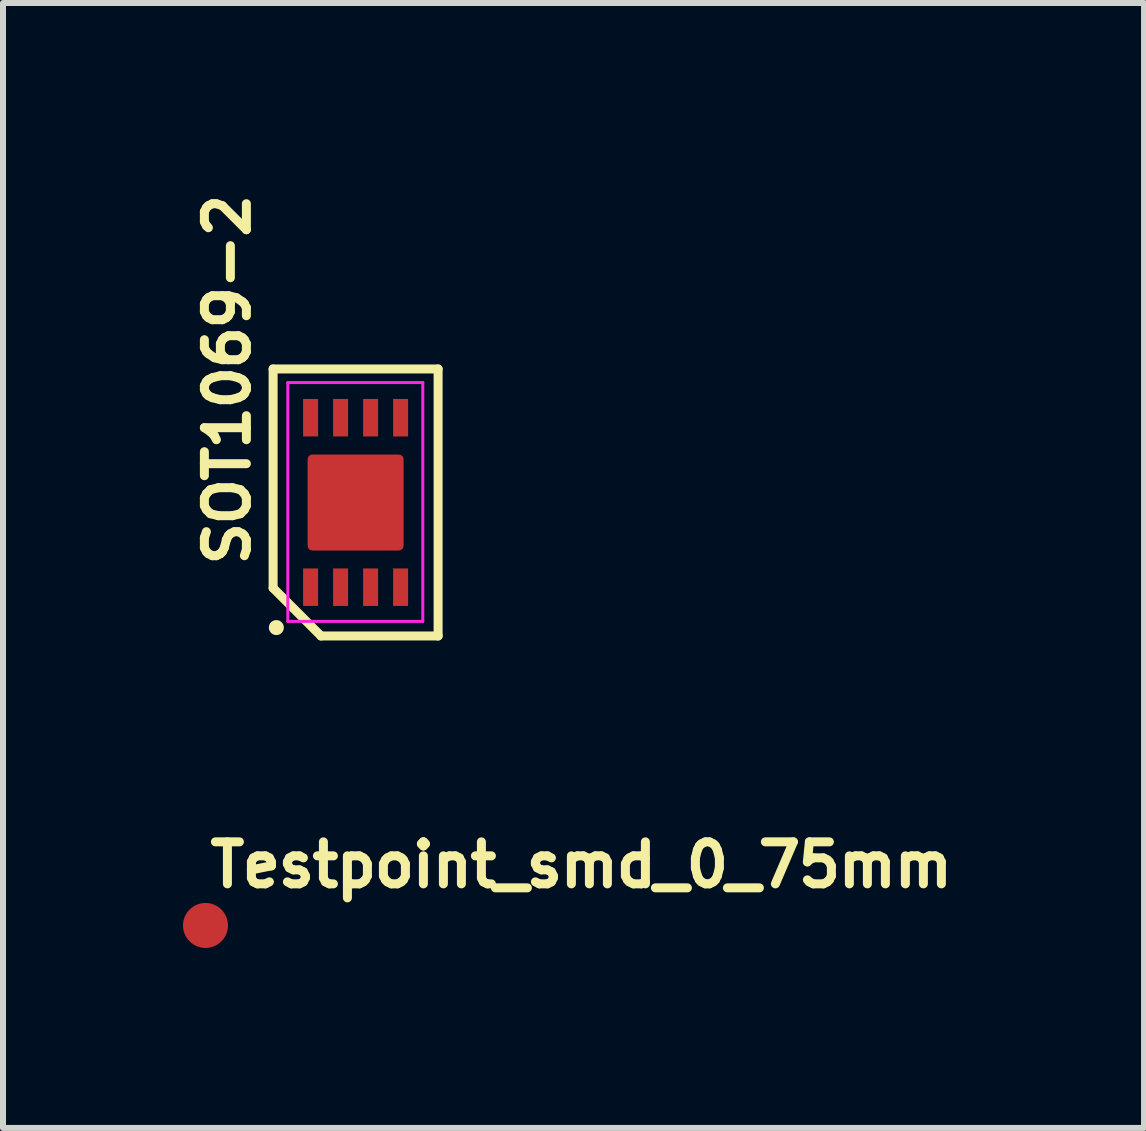
<source format=kicad_pcb>
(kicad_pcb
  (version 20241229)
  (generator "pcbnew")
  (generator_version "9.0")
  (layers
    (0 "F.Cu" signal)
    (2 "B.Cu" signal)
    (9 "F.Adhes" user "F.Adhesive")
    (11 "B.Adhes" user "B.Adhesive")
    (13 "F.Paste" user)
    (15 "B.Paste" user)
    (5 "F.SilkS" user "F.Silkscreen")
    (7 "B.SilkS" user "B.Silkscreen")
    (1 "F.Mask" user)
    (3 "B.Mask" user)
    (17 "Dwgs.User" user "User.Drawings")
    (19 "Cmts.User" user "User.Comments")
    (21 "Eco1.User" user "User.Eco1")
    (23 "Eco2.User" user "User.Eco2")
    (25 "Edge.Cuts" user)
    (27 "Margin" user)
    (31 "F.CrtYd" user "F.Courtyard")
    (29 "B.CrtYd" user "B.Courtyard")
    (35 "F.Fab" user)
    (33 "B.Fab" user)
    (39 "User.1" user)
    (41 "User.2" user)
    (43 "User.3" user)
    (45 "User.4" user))
  (footprint "Testpoint_smd_0_75mm"
    (layer "F.Cu")
    (at 0.375 12.375)
    (property "Reference" "Testpoint_smd_0_75mm" (at 0 -0.6 0) (layer "F.SilkS") (effects (font (size 0.7 0.7) (thickness 0.15)) (justify left bottom)))
    (attr exclude_from_pos_files exclude_from_bom)
    (pad "1" smd circle (at 0 0) (size 0.75 0.75) (layers "F.Cu" "F.Mask")))
  (footprint "SOT1069-2"
    (layer "F.Cu")
    (at 2.877 5.326)
    (property "Reference" "SOT1069-2" (at -1.727 1.118 90) (layer "F.SilkS") (effects (font (size 0.7 0.7) (thickness 0.15)) (justify left bottom)))
    (attr smd)
    (fp_line (start -1.375 -2.226) (end 1.375 -2.226) (stroke (width 0.15) (type solid)) (layer "F.SilkS"))
    (fp_line (start -1.375 1.425) (end -1.375 -2.226) (stroke (width 0.15) (type solid)) (layer "F.SilkS"))
    (fp_line (start -0.577 2.224) (end -1.375 1.425) (stroke (width 0.15) (type solid)) (layer "F.SilkS"))
    (fp_line (start 1.375 -2.226) (end 1.375 2.224) (stroke (width 0.15) (type solid)) (layer "F.SilkS"))
    (fp_line (start 1.375 2.224) (end -0.577 2.224) (stroke (width 0.15) (type solid)) (layer "F.SilkS"))
    (fp_circle (center -1.321 2.084) (end -1.271 2.084) (stroke (width 0.15) (type solid)) (fill yes) (layer "F.SilkS"))
    (fp_line (start -1.13 -2) (end 1.12 -2) (stroke (width 0.05) (type solid)) (layer "F.CrtYd"))
    (fp_line (start -1.13 1.98) (end -1.13 -2) (stroke (width 0.05) (type solid)) (layer "F.CrtYd"))
    (fp_line (start 1.12 -2) (end 1.12 1.98) (stroke (width 0.05) (type solid)) (layer "F.CrtYd"))
    (fp_line (start 1.12 1.98) (end -1.13 1.98) (stroke (width 0.05) (type solid)) (layer "F.CrtYd"))
    (fp_rect (start -1 -1.5) (end 0.998 1.499) (stroke (width 0.1) (type solid)) (fill no) (layer "User.5"))
    (fp_line (start -1 -1.5) (end -1 1.499) (stroke (width 0.02) (type solid)) (layer "User.9"))
    (fp_line (start -1 -1.5) (end 0.998 -1.5) (stroke (width 0.02) (type solid)) (layer "User.9"))
    (fp_line (start 0.498 -1.2) (end 0.498 -1.2) (stroke (width 0.02) (type solid)) (layer "User.9"))
    (fp_line (start 0.498 -1.2) (end 0.499 -1.19) (stroke (width 0.02) (type solid)) (layer "User.9"))
    (fp_line (start 0.499 -1.212) (end 0.498 -1.2) (stroke (width 0.02) (type solid)) (layer "User.9"))
    (fp_line (start 0.499 -1.19) (end 0.5 -1.18) (stroke (width 0.02) (type solid)) (layer "User.9"))
    (fp_line (start 0.5 -1.222) (end 0.499 -1.212) (stroke (width 0.02) (type solid)) (layer "User.9"))
    (fp_line (start 0.5 -1.18) (end 0.501 -1.17) (stroke (width 0.02) (type solid)) (layer "User.9"))
    (fp_line (start 0.501 -1.232) (end 0.5 -1.222) (stroke (width 0.02) (type solid)) (layer "User.9"))
    (fp_line (start 0.501 -1.17) (end 0.503 -1.16) (stroke (width 0.02) (type solid)) (layer "User.9"))
    (fp_line (start 0.503 -1.242) (end 0.501 -1.232) (stroke (width 0.02) (type solid)) (layer "User.9"))
    (fp_line (start 0.503 -1.16) (end 0.505 -1.151) (stroke (width 0.02) (type solid)) (layer "User.9"))
    (fp_line (start 0.505 -1.25) (end 0.503 -1.242) (stroke (width 0.02) (type solid)) (layer "User.9"))
    (fp_line (start 0.505 -1.151) (end 0.507 -1.141) (stroke (width 0.02) (type solid)) (layer "User.9"))
    (fp_line (start 0.507 -1.26) (end 0.505 -1.25) (stroke (width 0.02) (type solid)) (layer "User.9"))
    (fp_line (start 0.507 -1.141) (end 0.512 -1.133) (stroke (width 0.02) (type solid)) (layer "User.9"))
    (fp_line (start 0.512 -1.27) (end 0.507 -1.26) (stroke (width 0.02) (type solid)) (layer "User.9"))
    (fp_line (start 0.512 -1.133) (end 0.515 -1.123) (stroke (width 0.02) (type solid)) (layer "User.9"))
    (fp_line (start 0.515 -1.278) (end 0.512 -1.27) (stroke (width 0.02) (type solid)) (layer "User.9"))
    (fp_line (start 0.515 -1.123) (end 0.519 -1.115) (stroke (width 0.02) (type solid)) (layer "User.9"))
    (fp_line (start 0.519 -1.287) (end 0.515 -1.278) (stroke (width 0.02) (type solid)) (layer "User.9"))
    (fp_line (start 0.519 -1.115) (end 0.524 -1.105) (stroke (width 0.02) (type solid)) (layer "User.9"))
    (fp_line (start 0.524 -1.297) (end 0.519 -1.287) (stroke (width 0.02) (type solid)) (layer "User.9"))
    (fp_line (start 0.524 -1.105) (end 0.528 -1.097) (stroke (width 0.02) (type solid)) (layer "User.9"))
    (fp_line (start 0.528 -1.305) (end 0.524 -1.297) (stroke (width 0.02) (type solid)) (layer "User.9"))
    (fp_line (start 0.528 -1.097) (end 0.534 -1.089) (stroke (width 0.02) (type solid)) (layer "User.9"))
    (fp_line (start 0.534 -1.313) (end 0.528 -1.305) (stroke (width 0.02) (type solid)) (layer "User.9"))
    (fp_line (start 0.534 -1.089) (end 0.539 -1.081) (stroke (width 0.02) (type solid)) (layer "User.9"))
    (fp_line (start 0.539 -1.321) (end 0.534 -1.313) (stroke (width 0.02) (type solid)) (layer "User.9"))
    (fp_line (start 0.539 -1.081) (end 0.545 -1.073) (stroke (width 0.02) (type solid)) (layer "User.9"))
    (fp_line (start 0.545 -1.329) (end 0.539 -1.321) (stroke (width 0.02) (type solid)) (layer "User.9"))
    (fp_line (start 0.545 -1.073) (end 0.551 -1.067) (stroke (width 0.02) (type solid)) (layer "User.9"))
    (fp_line (start 0.551 -1.335) (end 0.545 -1.329) (stroke (width 0.02) (type solid)) (layer "User.9"))
    (fp_line (start 0.551 -1.067) (end 0.558 -1.059) (stroke (width 0.02) (type solid)) (layer "User.9"))
    (fp_line (start 0.558 -1.343) (end 0.551 -1.335) (stroke (width 0.02) (type solid)) (layer "User.9"))
    (fp_line (start 0.558 -1.059) (end 0.565 -1.053) (stroke (width 0.02) (type solid)) (layer "User.9"))
    (fp_line (start 0.565 -1.349) (end 0.558 -1.343) (stroke (width 0.02) (type solid)) (layer "User.9"))
    (fp_line (start 0.565 -1.053) (end 0.572 -1.047) (stroke (width 0.02) (type solid)) (layer "User.9"))
    (fp_line (start 0.572 -1.355) (end 0.565 -1.349) (stroke (width 0.02) (type solid)) (layer "User.9"))
    (fp_line (start 0.572 -1.047) (end 0.579 -1.041) (stroke (width 0.02) (type solid)) (layer "User.9"))
    (fp_line (start 0.579 -1.361) (end 0.572 -1.355) (stroke (width 0.02) (type solid)) (layer "User.9"))
    (fp_line (start 0.579 -1.041) (end 0.587 -1.035) (stroke (width 0.02) (type solid)) (layer "User.9"))
    (fp_line (start 0.587 -1.367) (end 0.579 -1.361) (stroke (width 0.02) (type solid)) (layer "User.9"))
    (fp_line (start 0.587 -1.035) (end 0.595 -1.029) (stroke (width 0.02) (type solid)) (layer "User.9"))
    (fp_line (start 0.595 -1.373) (end 0.587 -1.367) (stroke (width 0.02) (type solid)) (layer "User.9"))
    (fp_line (start 0.595 -1.029) (end 0.603 -1.025) (stroke (width 0.02) (type solid)) (layer "User.9"))
    (fp_line (start 0.603 -1.377) (end 0.595 -1.373) (stroke (width 0.02) (type solid)) (layer "User.9"))
    (fp_line (start 0.603 -1.025) (end 0.612 -1.02) (stroke (width 0.02) (type solid)) (layer "User.9"))
    (fp_line (start 0.612 -1.381) (end 0.603 -1.377) (stroke (width 0.02) (type solid)) (layer "User.9"))
    (fp_line (start 0.612 -1.02) (end 0.621 -1.016) (stroke (width 0.02) (type solid)) (layer "User.9"))
    (fp_line (start 0.621 -1.385) (end 0.612 -1.381) (stroke (width 0.02) (type solid)) (layer "User.9"))
    (fp_line (start 0.621 -1.016) (end 0.63 -1.014) (stroke (width 0.02) (type solid)) (layer "User.9"))
    (fp_line (start 0.63 -1.389) (end 0.621 -1.385) (stroke (width 0.02) (type solid)) (layer "User.9"))
    (fp_line (start 0.63 -1.014) (end 0.64 -1.01) (stroke (width 0.02) (type solid)) (layer "User.9"))
    (fp_line (start 0.64 -1.393) (end 0.63 -1.389) (stroke (width 0.02) (type solid)) (layer "User.9"))
    (fp_line (start 0.64 -1.01) (end 0.65 -1.008) (stroke (width 0.02) (type solid)) (layer "User.9"))
    (fp_line (start 0.65 -1.395) (end 0.64 -1.393) (stroke (width 0.02) (type solid)) (layer "User.9"))
    (fp_line (start 0.65 -1.008) (end 0.659 -1.006) (stroke (width 0.02) (type solid)) (layer "User.9"))
    (fp_line (start 0.659 -1.397) (end 0.65 -1.395) (stroke (width 0.02) (type solid)) (layer "User.9"))
    (fp_line (start 0.659 -1.006) (end 0.669 -1.004) (stroke (width 0.02) (type solid)) (layer "User.9"))
    (fp_line (start 0.669 -1.399) (end 0.659 -1.397) (stroke (width 0.02) (type solid)) (layer "User.9"))
    (fp_line (start 0.669 -1.004) (end 0.679 -1.002) (stroke (width 0.02) (type solid)) (layer "User.9"))
    (fp_line (start 0.679 -1.399) (end 0.669 -1.399) (stroke (width 0.02) (type solid)) (layer "User.9"))
    (fp_line (start 0.679 -1.002) (end 0.689 -1.002) (stroke (width 0.02) (type solid)) (layer "User.9"))
    (fp_line (start 0.689 -1.401) (end 0.679 -1.399) (stroke (width 0.02) (type solid)) (layer "User.9"))
    (fp_line (start 0.689 -1.002) (end 0.7 -1) (stroke (width 0.02) (type solid)) (layer "User.9"))
    (fp_line (start 0.7 -1.401) (end 0.689 -1.401) (stroke (width 0.02) (type solid)) (layer "User.9"))
    (fp_line (start 0.7 -1.401) (end 0.7 -1.401) (stroke (width 0.02) (type solid)) (layer "User.9"))
    (fp_line (start 0.7 -1) (end 0.7 -1) (stroke (width 0.02) (type solid)) (layer "User.9"))
    (fp_line (start 0.7 -1) (end 0.709 -1.002) (stroke (width 0.02) (type solid)) (layer "User.9"))
    (fp_line (start 0.709 -1.401) (end 0.7 -1.401) (stroke (width 0.02) (type solid)) (layer "User.9"))
    (fp_line (start 0.709 -1.002) (end 0.719 -1.002) (stroke (width 0.02) (type solid)) (layer "User.9"))
    (fp_line (start 0.719 -1.399) (end 0.709 -1.401) (stroke (width 0.02) (type solid)) (layer "User.9"))
    (fp_line (start 0.719 -1.002) (end 0.729 -1.004) (stroke (width 0.02) (type solid)) (layer "User.9"))
    (fp_line (start 0.729 -1.399) (end 0.719 -1.399) (stroke (width 0.02) (type solid)) (layer "User.9"))
    (fp_line (start 0.729 -1.004) (end 0.739 -1.006) (stroke (width 0.02) (type solid)) (layer "User.9"))
    (fp_line (start 0.739 -1.397) (end 0.729 -1.399) (stroke (width 0.02) (type solid)) (layer "User.9"))
    (fp_line (start 0.739 -1.006) (end 0.748 -1.008) (stroke (width 0.02) (type solid)) (layer "User.9"))
    (fp_line (start 0.748 -1.395) (end 0.739 -1.397) (stroke (width 0.02) (type solid)) (layer "User.9"))
    (fp_line (start 0.748 -1.008) (end 0.758 -1.01) (stroke (width 0.02) (type solid)) (layer "User.9"))
    (fp_line (start 0.758 -1.393) (end 0.748 -1.395) (stroke (width 0.02) (type solid)) (layer "User.9"))
    (fp_line (start 0.758 -1.01) (end 0.768 -1.014) (stroke (width 0.02) (type solid)) (layer "User.9"))
    (fp_line (start 0.768 -1.389) (end 0.758 -1.393) (stroke (width 0.02) (type solid)) (layer "User.9"))
    (fp_line (start 0.768 -1.014) (end 0.777 -1.016) (stroke (width 0.02) (type solid)) (layer "User.9"))
    (fp_line (start 0.777 -1.385) (end 0.768 -1.389) (stroke (width 0.02) (type solid)) (layer "User.9"))
    (fp_line (start 0.777 -1.016) (end 0.786 -1.02) (stroke (width 0.02) (type solid)) (layer "User.9"))
    (fp_line (start 0.786 -1.381) (end 0.777 -1.385) (stroke (width 0.02) (type solid)) (layer "User.9"))
    (fp_line (start 0.786 -1.02) (end 0.795 -1.025) (stroke (width 0.02) (type solid)) (layer "User.9"))
    (fp_line (start 0.795 -1.377) (end 0.786 -1.381) (stroke (width 0.02) (type solid)) (layer "User.9"))
    (fp_line (start 0.795 -1.025) (end 0.803 -1.029) (stroke (width 0.02) (type solid)) (layer "User.9"))
    (fp_line (start 0.803 -1.373) (end 0.795 -1.377) (stroke (width 0.02) (type solid)) (layer "User.9"))
    (fp_line (start 0.803 -1.029) (end 0.811 -1.035) (stroke (width 0.02) (type solid)) (layer "User.9"))
    (fp_line (start 0.811 -1.367) (end 0.803 -1.373) (stroke (width 0.02) (type solid)) (layer "User.9"))
    (fp_line (start 0.811 -1.035) (end 0.819 -1.041) (stroke (width 0.02) (type solid)) (layer "User.9"))
    (fp_line (start 0.819 -1.361) (end 0.811 -1.367) (stroke (width 0.02) (type solid)) (layer "User.9"))
    (fp_line (start 0.819 -1.041) (end 0.827 -1.047) (stroke (width 0.02) (type solid)) (layer "User.9"))
    (fp_line (start 0.827 -1.355) (end 0.819 -1.361) (stroke (width 0.02) (type solid)) (layer "User.9"))
    (fp_line (start 0.827 -1.047) (end 0.833 -1.053) (stroke (width 0.02) (type solid)) (layer "User.9"))
    (fp_line (start 0.833 -1.349) (end 0.827 -1.355) (stroke (width 0.02) (type solid)) (layer "User.9"))
    (fp_line (start 0.833 -1.053) (end 0.84 -1.059) (stroke (width 0.02) (type solid)) (layer "User.9"))
    (fp_line (start 0.84 -1.343) (end 0.833 -1.349) (stroke (width 0.02) (type solid)) (layer "User.9"))
    (fp_line (start 0.84 -1.059) (end 0.847 -1.067) (stroke (width 0.02) (type solid)) (layer "User.9"))
    (fp_line (start 0.847 -1.335) (end 0.84 -1.343) (stroke (width 0.02) (type solid)) (layer "User.9"))
    (fp_line (start 0.847 -1.067) (end 0.853 -1.073) (stroke (width 0.02) (type solid)) (layer "User.9"))
    (fp_line (start 0.853 -1.329) (end 0.847 -1.335) (stroke (width 0.02) (type solid)) (layer "User.9"))
    (fp_line (start 0.853 -1.073) (end 0.859 -1.081) (stroke (width 0.02) (type solid)) (layer "User.9"))
    (fp_line (start 0.859 -1.321) (end 0.853 -1.329) (stroke (width 0.02) (type solid)) (layer "User.9"))
    (fp_line (start 0.859 -1.081) (end 0.864 -1.089) (stroke (width 0.02) (type solid)) (layer "User.9"))
    (fp_line (start 0.864 -1.313) (end 0.859 -1.321) (stroke (width 0.02) (type solid)) (layer "User.9"))
    (fp_line (start 0.864 -1.089) (end 0.87 -1.097) (stroke (width 0.02) (type solid)) (layer "User.9"))
    (fp_line (start 0.87 -1.305) (end 0.864 -1.313) (stroke (width 0.02) (type solid)) (layer "User.9"))
    (fp_line (start 0.87 -1.097) (end 0.874 -1.105) (stroke (width 0.02) (type solid)) (layer "User.9"))
    (fp_line (start 0.874 -1.297) (end 0.87 -1.305) (stroke (width 0.02) (type solid)) (layer "User.9"))
    (fp_line (start 0.874 -1.105) (end 0.879 -1.115) (stroke (width 0.02) (type solid)) (layer "User.9"))
    (fp_line (start 0.879 -1.287) (end 0.874 -1.297) (stroke (width 0.02) (type solid)) (layer "User.9"))
    (fp_line (start 0.879 -1.115) (end 0.883 -1.123) (stroke (width 0.02) (type solid)) (layer "User.9"))
    (fp_line (start 0.883 -1.278) (end 0.879 -1.287) (stroke (width 0.02) (type solid)) (layer "User.9"))
    (fp_line (start 0.883 -1.123) (end 0.886 -1.133) (stroke (width 0.02) (type solid)) (layer "User.9"))
    (fp_line (start 0.886 -1.27) (end 0.883 -1.278) (stroke (width 0.02) (type solid)) (layer "User.9"))
    (fp_line (start 0.886 -1.133) (end 0.89 -1.141) (stroke (width 0.02) (type solid)) (layer "User.9"))
    (fp_line (start 0.89 -1.26) (end 0.886 -1.27) (stroke (width 0.02) (type solid)) (layer "User.9"))
    (fp_line (start 0.89 -1.141) (end 0.892 -1.151) (stroke (width 0.02) (type solid)) (layer "User.9"))
    (fp_line (start 0.892 -1.25) (end 0.89 -1.26) (stroke (width 0.02) (type solid)) (layer "User.9"))
    (fp_line (start 0.892 -1.151) (end 0.894 -1.16) (stroke (width 0.02) (type solid)) (layer "User.9"))
    (fp_line (start 0.894 -1.242) (end 0.892 -1.25) (stroke (width 0.02) (type solid)) (layer "User.9"))
    (fp_line (start 0.894 -1.16) (end 0.897 -1.17) (stroke (width 0.02) (type solid)) (layer "User.9"))
    (fp_line (start 0.897 -1.232) (end 0.894 -1.242) (stroke (width 0.02) (type solid)) (layer "User.9"))
    (fp_line (start 0.897 -1.17) (end 0.898 -1.18) (stroke (width 0.02) (type solid)) (layer "User.9"))
    (fp_line (start 0.898 -1.222) (end 0.897 -1.232) (stroke (width 0.02) (type solid)) (layer "User.9"))
    (fp_line (start 0.898 -1.18) (end 0.899 -1.19) (stroke (width 0.02) (type solid)) (layer "User.9"))
    (fp_line (start 0.899 -1.212) (end 0.898 -1.222) (stroke (width 0.02) (type solid)) (layer "User.9"))
    (fp_line (start 0.899 -1.2) (end 0.899 -1.212) (stroke (width 0.02) (type solid)) (layer "User.9"))
    (fp_line (start 0.899 -1.2) (end 0.899 -1.2) (stroke (width 0.02) (type solid)) (layer "User.9"))
    (fp_line (start 0.899 -1.2) (end 0.899 -1.2) (stroke (width 0.02) (type solid)) (layer "User.9"))
    (fp_line (start 0.899 -1.19) (end 0.899 -1.2) (stroke (width 0.02) (type solid)) (layer "User.9"))
    (fp_line (start 0.998 -1.5) (end 0.998 1.499) (stroke (width 0.02) (type solid)) (layer "User.9"))
    (pad "1" smd rect (at -0.75 1.411) (size 0.25 0.625) (layers "F.Cu" "F.Mask" "F.Paste"))
    (pad "2" smd rect (at -0.25 1.411) (size 0.25 0.625) (layers "F.Cu" "F.Mask" "F.Paste"))
    (pad "3" smd rect (at 0.25 1.411) (size 0.25 0.625) (layers "F.Cu" "F.Mask" "F.Paste"))
    (pad "4" smd rect (at 0.75 1.411) (size 0.25 0.625) (layers "F.Cu" "F.Mask" "F.Paste"))
    (pad "5" smd rect (at 0.75 -1.414) (size 0.25 0.625) (layers "F.Cu" "F.Mask" "F.Paste"))
    (pad "6" smd rect (at 0.25 -1.414) (size 0.25 0.625) (layers "F.Cu" "F.Mask" "F.Paste"))
    (pad "7" smd rect (at -0.25 -1.414) (size 0.25 0.625) (layers "F.Cu" "F.Mask" "F.Paste"))
    (pad "8" smd rect (at -0.75 -1.414) (size 0.25 0.625) (layers "F.Cu" "F.Mask" "F.Paste"))
    (pad "EP" smd roundrect (at 0 0) (size 1.6 1.6) (layers "F.Cu" "F.Mask" "F.Paste") (roundrect_rratio 0.05)))
  (gr_rect
    (start -3 -3)
    (end 16.018 15.75)
    (stroke (width 0.1) (type default))
    (fill no)
    (layer "Edge.Cuts")))
</source>
